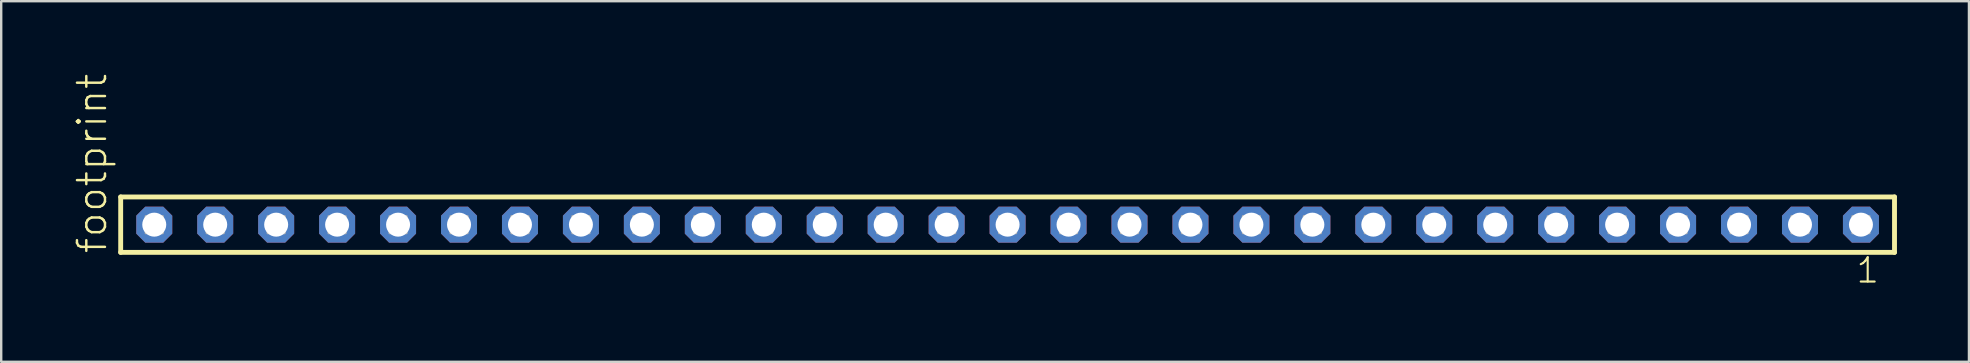
<source format=kicad_pcb>
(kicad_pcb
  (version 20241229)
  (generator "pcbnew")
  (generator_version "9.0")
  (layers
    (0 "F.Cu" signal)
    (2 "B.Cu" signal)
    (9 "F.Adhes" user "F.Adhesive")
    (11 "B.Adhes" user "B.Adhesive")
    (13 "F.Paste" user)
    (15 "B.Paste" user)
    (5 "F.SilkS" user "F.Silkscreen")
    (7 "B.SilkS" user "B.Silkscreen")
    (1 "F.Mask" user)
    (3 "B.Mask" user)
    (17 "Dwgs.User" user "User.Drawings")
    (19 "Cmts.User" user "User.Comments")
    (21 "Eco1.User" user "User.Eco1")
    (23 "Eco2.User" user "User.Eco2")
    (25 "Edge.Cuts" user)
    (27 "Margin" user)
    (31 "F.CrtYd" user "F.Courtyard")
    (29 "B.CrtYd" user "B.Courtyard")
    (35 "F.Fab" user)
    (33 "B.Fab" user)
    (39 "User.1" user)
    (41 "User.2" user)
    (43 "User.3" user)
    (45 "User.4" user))
  (footprint "footprint"
    (layer "F.Cu")
    (at 38.938 6.312)
    (property "Reference" "footprint" (at -37.465 1.27 90) (layer "F.SilkS") (effects (font (size 1.168 1.168) (thickness 0.102)) (justify left bottom)))
    (fp_line (start -36.959 -1.155) (end 36.959 -1.155) (stroke (width 0.203) (type solid)) (layer "F.SilkS"))
    (fp_line (start -36.959 1.155) (end -36.959 -1.155) (stroke (width 0.203) (type solid)) (layer "F.SilkS"))
    (fp_line (start 36.959 -1.155) (end 36.959 1.155) (stroke (width 0.203) (type solid)) (layer "F.SilkS"))
    (fp_line (start 36.959 1.155) (end -36.959 1.155) (stroke (width 0.203) (type solid)) (layer "F.SilkS"))
    (fp_poly (pts (xy -35.91 0.35) (xy -35.21 0.35) (xy -35.21 -0.35) (xy -35.91 -0.35)) (stroke (width 0.1) (type solid)) (fill no) (layer "F.Fab"))
    (fp_poly (pts (xy -33.37 0.35) (xy -32.67 0.35) (xy -32.67 -0.35) (xy -33.37 -0.35)) (stroke (width 0.1) (type solid)) (fill no) (layer "F.Fab"))
    (fp_poly (pts (xy -30.83 0.35) (xy -30.13 0.35) (xy -30.13 -0.35) (xy -30.83 -0.35)) (stroke (width 0.1) (type solid)) (fill no) (layer "F.Fab"))
    (fp_poly (pts (xy -28.29 0.35) (xy -27.59 0.35) (xy -27.59 -0.35) (xy -28.29 -0.35)) (stroke (width 0.1) (type solid)) (fill no) (layer "F.Fab"))
    (fp_poly (pts (xy -25.75 0.35) (xy -25.05 0.35) (xy -25.05 -0.35) (xy -25.75 -0.35)) (stroke (width 0.1) (type solid)) (fill no) (layer "F.Fab"))
    (fp_poly (pts (xy -23.21 0.35) (xy -22.51 0.35) (xy -22.51 -0.35) (xy -23.21 -0.35)) (stroke (width 0.1) (type solid)) (fill no) (layer "F.Fab"))
    (fp_poly (pts (xy -20.67 0.35) (xy -19.97 0.35) (xy -19.97 -0.35) (xy -20.67 -0.35)) (stroke (width 0.1) (type solid)) (fill no) (layer "F.Fab"))
    (fp_poly (pts (xy -18.13 0.35) (xy -17.43 0.35) (xy -17.43 -0.35) (xy -18.13 -0.35)) (stroke (width 0.1) (type solid)) (fill no) (layer "F.Fab"))
    (fp_poly (pts (xy -15.59 0.35) (xy -14.89 0.35) (xy -14.89 -0.35) (xy -15.59 -0.35)) (stroke (width 0.1) (type solid)) (fill no) (layer "F.Fab"))
    (fp_poly (pts (xy -13.05 0.35) (xy -12.35 0.35) (xy -12.35 -0.35) (xy -13.05 -0.35)) (stroke (width 0.1) (type solid)) (fill no) (layer "F.Fab"))
    (fp_poly (pts (xy -10.51 0.35) (xy -9.81 0.35) (xy -9.81 -0.35) (xy -10.51 -0.35)) (stroke (width 0.1) (type solid)) (fill no) (layer "F.Fab"))
    (fp_poly (pts (xy -7.97 0.35) (xy -7.27 0.35) (xy -7.27 -0.35) (xy -7.97 -0.35)) (stroke (width 0.1) (type solid)) (fill no) (layer "F.Fab"))
    (fp_poly (pts (xy -5.43 0.35) (xy -4.73 0.35) (xy -4.73 -0.35) (xy -5.43 -0.35)) (stroke (width 0.1) (type solid)) (fill no) (layer "F.Fab"))
    (fp_poly (pts (xy -2.89 0.35) (xy -2.19 0.35) (xy -2.19 -0.35) (xy -2.89 -0.35)) (stroke (width 0.1) (type solid)) (fill no) (layer "F.Fab"))
    (fp_poly (pts (xy -0.35 0.35) (xy 0.35 0.35) (xy 0.35 -0.35) (xy -0.35 -0.35)) (stroke (width 0.1) (type solid)) (fill no) (layer "F.Fab"))
    (fp_poly (pts (xy 2.19 0.35) (xy 2.89 0.35) (xy 2.89 -0.35) (xy 2.19 -0.35)) (stroke (width 0.1) (type solid)) (fill no) (layer "F.Fab"))
    (fp_poly (pts (xy 4.73 0.35) (xy 5.43 0.35) (xy 5.43 -0.35) (xy 4.73 -0.35)) (stroke (width 0.1) (type solid)) (fill no) (layer "F.Fab"))
    (fp_poly (pts (xy 7.27 0.35) (xy 7.97 0.35) (xy 7.97 -0.35) (xy 7.27 -0.35)) (stroke (width 0.1) (type solid)) (fill no) (layer "F.Fab"))
    (fp_poly (pts (xy 9.81 0.35) (xy 10.51 0.35) (xy 10.51 -0.35) (xy 9.81 -0.35)) (stroke (width 0.1) (type solid)) (fill no) (layer "F.Fab"))
    (fp_poly (pts (xy 12.35 0.35) (xy 13.05 0.35) (xy 13.05 -0.35) (xy 12.35 -0.35)) (stroke (width 0.1) (type solid)) (fill no) (layer "F.Fab"))
    (fp_poly (pts (xy 14.89 0.35) (xy 15.59 0.35) (xy 15.59 -0.35) (xy 14.89 -0.35)) (stroke (width 0.1) (type solid)) (fill no) (layer "F.Fab"))
    (fp_poly (pts (xy 17.43 0.35) (xy 18.13 0.35) (xy 18.13 -0.35) (xy 17.43 -0.35)) (stroke (width 0.1) (type solid)) (fill no) (layer "F.Fab"))
    (fp_poly (pts (xy 19.97 0.35) (xy 20.67 0.35) (xy 20.67 -0.35) (xy 19.97 -0.35)) (stroke (width 0.1) (type solid)) (fill no) (layer "F.Fab"))
    (fp_poly (pts (xy 22.51 0.35) (xy 23.21 0.35) (xy 23.21 -0.35) (xy 22.51 -0.35)) (stroke (width 0.1) (type solid)) (fill no) (layer "F.Fab"))
    (fp_poly (pts (xy 25.05 0.35) (xy 25.75 0.35) (xy 25.75 -0.35) (xy 25.05 -0.35)) (stroke (width 0.1) (type solid)) (fill no) (layer "F.Fab"))
    (fp_poly (pts (xy 27.59 0.35) (xy 28.29 0.35) (xy 28.29 -0.35) (xy 27.59 -0.35)) (stroke (width 0.1) (type solid)) (fill no) (layer "F.Fab"))
    (fp_poly (pts (xy 30.13 0.35) (xy 30.83 0.35) (xy 30.83 -0.35) (xy 30.13 -0.35)) (stroke (width 0.1) (type solid)) (fill no) (layer "F.Fab"))
    (fp_poly (pts (xy 32.67 0.35) (xy 33.37 0.35) (xy 33.37 -0.35) (xy 32.67 -0.35)) (stroke (width 0.1) (type solid)) (fill no) (layer "F.Fab"))
    (fp_poly (pts (xy 35.21 0.35) (xy 35.91 0.35) (xy 35.91 -0.35) (xy 35.21 -0.35)) (stroke (width 0.1) (type solid)) (fill no) (layer "F.Fab"))
    (fp_text user "1" (at 35.302 2.498 0) (layer "F.SilkS") (effects (font (size 1.012 1.012) (thickness 0.088)) (justify left bottom)))
    (pad "1" thru_hole roundrect (at 35.56 0 180) (size 1.5 1.5) (drill 1) (layers "*.Cu" "*.Mask") (roundrect_rratio 0.25) (chamfer_ratio 0.25) (chamfer top_left top_right bottom_left bottom_right))
    (pad "2" thru_hole roundrect (at 33.02 0 180) (size 1.5 1.5) (drill 1) (layers "*.Cu" "*.Mask") (roundrect_rratio 0.25) (chamfer_ratio 0.25) (chamfer top_left top_right bottom_left bottom_right))
    (pad "3" thru_hole roundrect (at 30.48 0 180) (size 1.5 1.5) (drill 1) (layers "*.Cu" "*.Mask") (roundrect_rratio 0.25) (chamfer_ratio 0.25) (chamfer top_left top_right bottom_left bottom_right))
    (pad "4" thru_hole roundrect (at 27.94 0 180) (size 1.5 1.5) (drill 1) (layers "*.Cu" "*.Mask") (roundrect_rratio 0.25) (chamfer_ratio 0.25) (chamfer top_left top_right bottom_left bottom_right))
    (pad "5" thru_hole roundrect (at 25.4 0 180) (size 1.5 1.5) (drill 1) (layers "*.Cu" "*.Mask") (roundrect_rratio 0.25) (chamfer_ratio 0.25) (chamfer top_left top_right bottom_left bottom_right))
    (pad "6" thru_hole roundrect (at 22.86 0 180) (size 1.5 1.5) (drill 1) (layers "*.Cu" "*.Mask") (roundrect_rratio 0.25) (chamfer_ratio 0.25) (chamfer top_left top_right bottom_left bottom_right))
    (pad "7" thru_hole roundrect (at 20.32 0 180) (size 1.5 1.5) (drill 1) (layers "*.Cu" "*.Mask") (roundrect_rratio 0.25) (chamfer_ratio 0.25) (chamfer top_left top_right bottom_left bottom_right))
    (pad "8" thru_hole roundrect (at 17.78 0 180) (size 1.5 1.5) (drill 1) (layers "*.Cu" "*.Mask") (roundrect_rratio 0.25) (chamfer_ratio 0.25) (chamfer top_left top_right bottom_left bottom_right))
    (pad "9" thru_hole roundrect (at 15.24 0 180) (size 1.5 1.5) (drill 1) (layers "*.Cu" "*.Mask") (roundrect_rratio 0.25) (chamfer_ratio 0.25) (chamfer top_left top_right bottom_left bottom_right))
    (pad "10" thru_hole roundrect (at 12.7 0 180) (size 1.5 1.5) (drill 1) (layers "*.Cu" "*.Mask") (roundrect_rratio 0.25) (chamfer_ratio 0.25) (chamfer top_left top_right bottom_left bottom_right))
    (pad "11" thru_hole roundrect (at 10.16 0 180) (size 1.5 1.5) (drill 1) (layers "*.Cu" "*.Mask") (roundrect_rratio 0.25) (chamfer_ratio 0.25) (chamfer top_left top_right bottom_left bottom_right))
    (pad "12" thru_hole roundrect (at 7.62 0 180) (size 1.5 1.5) (drill 1) (layers "*.Cu" "*.Mask") (roundrect_rratio 0.25) (chamfer_ratio 0.25) (chamfer top_left top_right bottom_left bottom_right))
    (pad "13" thru_hole roundrect (at 5.08 0 180) (size 1.5 1.5) (drill 1) (layers "*.Cu" "*.Mask") (roundrect_rratio 0.25) (chamfer_ratio 0.25) (chamfer top_left top_right bottom_left bottom_right))
    (pad "14" thru_hole roundrect (at 2.54 0 180) (size 1.5 1.5) (drill 1) (layers "*.Cu" "*.Mask") (roundrect_rratio 0.25) (chamfer_ratio 0.25) (chamfer top_left top_right bottom_left bottom_right))
    (pad "15" thru_hole roundrect (at 0 0 180) (size 1.5 1.5) (drill 1) (layers "*.Cu" "*.Mask") (roundrect_rratio 0.25) (chamfer_ratio 0.25) (chamfer top_left top_right bottom_left bottom_right))
    (pad "16" thru_hole roundrect (at -2.54 0 180) (size 1.5 1.5) (drill 1) (layers "*.Cu" "*.Mask") (roundrect_rratio 0.25) (chamfer_ratio 0.25) (chamfer top_left top_right bottom_left bottom_right))
    (pad "17" thru_hole roundrect (at -5.08 0 180) (size 1.5 1.5) (drill 1) (layers "*.Cu" "*.Mask") (roundrect_rratio 0.25) (chamfer_ratio 0.25) (chamfer top_left top_right bottom_left bottom_right))
    (pad "18" thru_hole roundrect (at -7.62 0 180) (size 1.5 1.5) (drill 1) (layers "*.Cu" "*.Mask") (roundrect_rratio 0.25) (chamfer_ratio 0.25) (chamfer top_left top_right bottom_left bottom_right))
    (pad "19" thru_hole roundrect (at -10.16 0 180) (size 1.5 1.5) (drill 1) (layers "*.Cu" "*.Mask") (roundrect_rratio 0.25) (chamfer_ratio 0.25) (chamfer top_left top_right bottom_left bottom_right))
    (pad "20" thru_hole roundrect (at -12.7 0 180) (size 1.5 1.5) (drill 1) (layers "*.Cu" "*.Mask") (roundrect_rratio 0.25) (chamfer_ratio 0.25) (chamfer top_left top_right bottom_left bottom_right))
    (pad "21" thru_hole roundrect (at -15.24 0 180) (size 1.5 1.5) (drill 1) (layers "*.Cu" "*.Mask") (roundrect_rratio 0.25) (chamfer_ratio 0.25) (chamfer top_left top_right bottom_left bottom_right))
    (pad "22" thru_hole roundrect (at -17.78 0 180) (size 1.5 1.5) (drill 1) (layers "*.Cu" "*.Mask") (roundrect_rratio 0.25) (chamfer_ratio 0.25) (chamfer top_left top_right bottom_left bottom_right))
    (pad "23" thru_hole roundrect (at -20.32 0 180) (size 1.5 1.5) (drill 1) (layers "*.Cu" "*.Mask") (roundrect_rratio 0.25) (chamfer_ratio 0.25) (chamfer top_left top_right bottom_left bottom_right))
    (pad "24" thru_hole roundrect (at -22.86 0 180) (size 1.5 1.5) (drill 1) (layers "*.Cu" "*.Mask") (roundrect_rratio 0.25) (chamfer_ratio 0.25) (chamfer top_left top_right bottom_left bottom_right))
    (pad "25" thru_hole roundrect (at -25.4 0 180) (size 1.5 1.5) (drill 1) (layers "*.Cu" "*.Mask") (roundrect_rratio 0.25) (chamfer_ratio 0.25) (chamfer top_left top_right bottom_left bottom_right))
    (pad "26" thru_hole roundrect (at -27.94 0 180) (size 1.5 1.5) (drill 1) (layers "*.Cu" "*.Mask") (roundrect_rratio 0.25) (chamfer_ratio 0.25) (chamfer top_left top_right bottom_left bottom_right))
    (pad "27" thru_hole roundrect (at -30.48 0 180) (size 1.5 1.5) (drill 1) (layers "*.Cu" "*.Mask") (roundrect_rratio 0.25) (chamfer_ratio 0.25) (chamfer top_left top_right bottom_left bottom_right))
    (pad "28" thru_hole roundrect (at -33.02 0 180) (size 1.5 1.5) (drill 1) (layers "*.Cu" "*.Mask") (roundrect_rratio 0.25) (chamfer_ratio 0.25) (chamfer top_left top_right bottom_left bottom_right))
    (pad "29" thru_hole roundrect (at -35.56 0 180) (size 1.5 1.5) (drill 1) (layers "*.Cu" "*.Mask") (roundrect_rratio 0.25) (chamfer_ratio 0.25) (chamfer top_left top_right bottom_left bottom_right)))
  (gr_rect
    (start -3 -3)
    (end 78.999 12.027)
    (stroke (width 0.1) (type default))
    (fill no)
    (layer "Edge.Cuts")))
</source>
